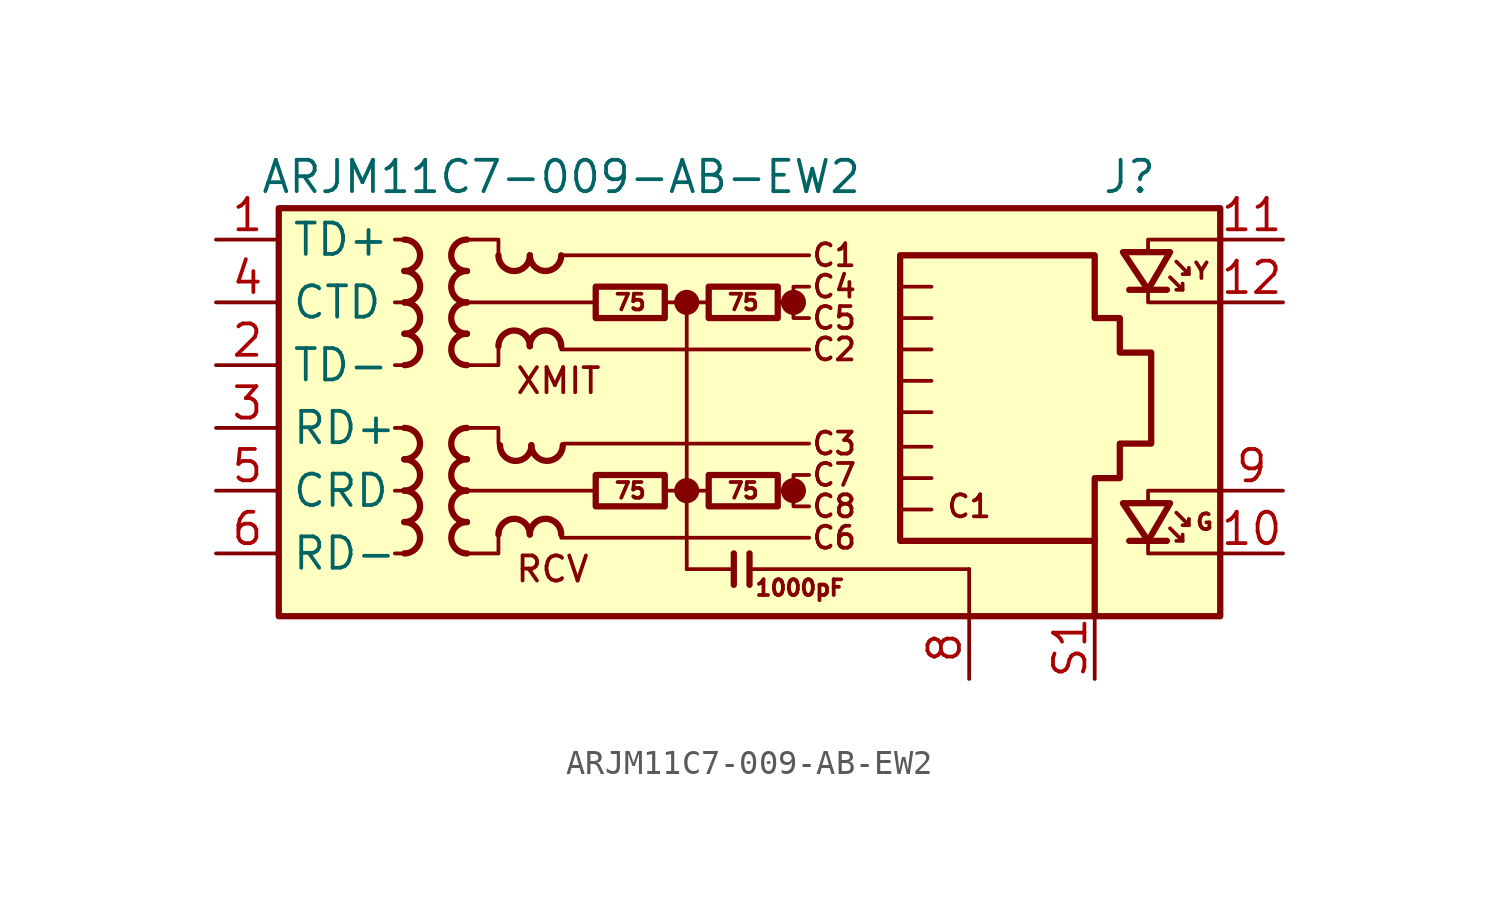
<source format=kicad_sym>
(kicad_symbol_lib
  (version 20241209)
  (generator "kicad_symbol_editor")
  (generator_version "9.0")
  (symbol "ARJM11C7-009-AB-EW2"
    (property "Reference" "J"
      (at 17.78 10.16 0)
      (effects (font (size 1.27 1.27)) (justify right)))
    (property "Value" "ARJM11C7-009-AB-EW2"
      (at -6.35 10.16 0)
      (effects (font (size 1.27 1.27))))
    (symbol "ARJM11C7-009-AB-EW2_0_0"
      (circle (center -1.27 5.08) (radius 0.0001) (stroke (width 0.508) (type default)) (fill (type none)))
      (polyline (pts (xy -1.27 5.08) (xy -1.27 -5.715)) (stroke (width 0) (type default)) (fill (type none)))
      (circle (center -1.27 -2.54) (radius 0.0001) (stroke (width 0.508) (type default)) (fill (type none)))
      (polyline (pts (xy 0.635 -5.08) (xy 0.635 -6.35)) (stroke (width 0.254) (type default)) (fill (type none)))
      (polyline (pts (xy 1.27 -5.08) (xy 1.27 -6.35)) (stroke (width 0.254) (type default)) (fill (type none)))
      (polyline (pts (xy 3.048 5.08) (xy 2.54 5.08)) (stroke (width 0) (type default)) (fill (type none)))
      (circle (center 3.048 5.08) (radius 0.0001) (stroke (width 0.508) (type default)) (fill (type none)))
      (polyline (pts (xy 3.048 -2.54) (xy 2.54 -2.54)) (stroke (width 0) (type default)) (fill (type none)))
      (circle (center 3.048 -2.54) (radius 0.0001) (stroke (width 0.508) (type default)) (fill (type none)))
      (polyline (pts (xy 3.683 5.715) (xy 3.048 5.715) (xy 3.048 4.445) (xy 3.683 4.445)) (stroke (width 0) (type default)) (fill (type none)))
      (polyline (pts (xy 3.683 -1.905) (xy 3.048 -1.905) (xy 3.048 -3.175) (xy 3.683 -3.175)) (stroke (width 0) (type default)) (fill (type none)))
      (polyline (pts (xy 17.399 7.112) (xy 17.399 7.62) (xy 20.32 7.62)) (stroke (width 0) (type default)) (fill (type none)))
      (polyline (pts (xy 17.399 -3.048) (xy 17.399 -2.54) (xy 20.32 -2.54)) (stroke (width 0) (type default)) (fill (type none)))
      (polyline (pts (xy 20.32 5.08) (xy 17.399 5.08) (xy 17.399 5.588)) (stroke (width 0) (type default)) (fill (type none)))
      (polyline (pts (xy 20.32 -5.08) (xy 17.399 -5.08) (xy 17.399 -4.572)) (stroke (width 0) (type default)) (fill (type none)))
      (text "XMIT" (at -8.255 1.905 0) (effects (font (size 1.016 1.016)) (justify left)))
      (text "RCV" (at -8.255 -5.715 0) (effects (font (size 1.016 1.016)) (justify left)))
      (text "C1" (at 4.699 6.985 0) (effects (font (size 0.889 0.889))))
      (text "C4" (at 4.699 5.715 0) (effects (font (size 0.889 0.889))))
      (text "C5" (at 4.699 4.445 0) (effects (font (size 0.889 0.889))))
      (text "C2" (at 4.699 3.175 0) (effects (font (size 0.889 0.889))))
      (text "C3" (at 4.699 -0.635 0) (effects (font (size 0.889 0.889))))
      (text "C7" (at 4.699 -1.905 0) (effects (font (size 0.889 0.889))))
      (text "C8" (at 4.699 -3.175 0) (effects (font (size 0.889 0.889))))
      (text "C6" (at 4.699 -4.445 0) (effects (font (size 0.889 0.889))))
      (text "C1" (at 10.16 -3.175 0) (effects (font (size 0.889 0.889)))))
    (symbol "ARJM11C7-009-AB-EW2_0_1"
      (rectangle (start -17.78 8.89) (end 20.32 -7.62) (stroke (width 0.254) (type default)) (fill (type background)))
      (polyline (pts (xy -12.7 7.62) (xy -13.081 7.62)) (stroke (width 0) (type default)) (fill (type none)))
      (polyline (pts (xy -12.7 5.08) (xy -13.081 5.08)) (stroke (width 0) (type default)) (fill (type none)))
      (polyline (pts (xy -12.7 2.54) (xy -13.081 2.54)) (stroke (width 0) (type default)) (fill (type none)))
      (polyline (pts (xy -12.7 0) (xy -13.081 0)) (stroke (width 0) (type default)) (fill (type none)))
      (polyline (pts (xy -12.7 -2.54) (xy -13.081 -2.54)) (stroke (width 0) (type default)) (fill (type none)))
      (polyline (pts (xy -12.7 -5.08) (xy -13.081 -5.08)) (stroke (width 0) (type default)) (fill (type none)))
      (polyline (pts (xy -10.16 7.62) (xy -8.89 7.62) (xy -8.89 6.985)) (stroke (width 0) (type default)) (fill (type none)))
      (polyline (pts (xy -10.16 0) (xy -8.89 0) (xy -8.89 -0.635)) (stroke (width 0) (type default)) (fill (type none)))
      (polyline (pts (xy -8.89 3.175) (xy -8.89 2.54) (xy -10.16 2.54)) (stroke (width 0) (type default)) (fill (type none)))
      (polyline (pts (xy -8.89 -4.445) (xy -8.89 -5.08) (xy -10.16 -5.08)) (stroke (width 0) (type default)) (fill (type none)))
      (polyline (pts (xy -6.35 6.985) (xy 3.683 6.985)) (stroke (width 0) (type default)) (fill (type none)))
      (polyline (pts (xy -6.35 3.175) (xy 3.683 3.175)) (stroke (width 0) (type default)) (fill (type none)))
      (polyline (pts (xy -6.35 -4.445) (xy 3.683 -4.445)) (stroke (width 0) (type default)) (fill (type none)))
      (polyline (pts (xy -6.223 -0.635) (xy 3.683 -0.635)) (stroke (width 0) (type default)) (fill (type none)))
      (polyline (pts (xy -5.08 -2.54) (xy -10.16 -2.54)) (stroke (width 0) (type default)) (fill (type none)))
      (polyline (pts (xy -4.953 5.08) (xy -10.16 5.08)) (stroke (width 0) (type default)) (fill (type none)))
      (polyline (pts (xy -2.159 5.08) (xy -0.381 5.08)) (stroke (width 0) (type default)) (fill (type none)))
      (polyline (pts (xy -2.159 -2.54) (xy -0.381 -2.54)) (stroke (width 0) (type default)) (fill (type none)))
      (polyline (pts (xy 0.635 -5.715) (xy -1.27 -5.715)) (stroke (width 0) (type default)) (fill (type none)))
      (polyline (pts (xy 7.366 3.175) (xy 8.636 3.175)) (stroke (width 0) (type default)) (fill (type none)))
      (polyline (pts (xy 7.366 1.905) (xy 8.636 1.905)) (stroke (width 0) (type default)) (fill (type none)))
      (polyline (pts (xy 7.366 0.635) (xy 8.636 0.635)) (stroke (width 0) (type default)) (fill (type none)))
      (polyline (pts (xy 7.366 -0.762) (xy 8.636 -0.762)) (stroke (width 0) (type default)) (fill (type none)))
      (polyline (pts (xy 7.366 -2.032) (xy 8.636 -2.032)) (stroke (width 0) (type default)) (fill (type none)))
      (polyline (pts (xy 8.636 5.715) (xy 7.366 5.715)) (stroke (width 0) (type default)) (fill (type none)))
      (polyline (pts (xy 8.636 4.445) (xy 7.366 4.445)) (stroke (width 0) (type default)) (fill (type none)))
      (polyline (pts (xy 8.636 -3.302) (xy 7.366 -3.302)) (stroke (width 0) (type default)) (fill (type none)))
      (polyline (pts (xy 10.16 -5.715) (xy 1.27 -5.715)) (stroke (width 0) (type default)) (fill (type none)))
      (polyline (pts (xy 10.16 -5.715) (xy 10.16 -7.62)) (stroke (width 0) (type default)) (fill (type none))))
    (symbol "ARJM11C7-009-AB-EW2_1_0"
      (text "1000pF" (at 3.302 -6.477 0) (effects (font (size 0.635 0.635)))))
    (symbol "ARJM11C7-009-AB-EW2_1_1"
      (arc (start -12.7 0) (mid -12.0677 -0.635) (end -12.7 -1.27) (stroke (width 0.254) (type default)) (fill (type none)))
      (arc (start -12.6973 7.62) (mid -12.065 6.985) (end -12.6973 6.35) (stroke (width 0.254) (type default)) (fill (type none)))
      (arc (start -12.6973 -1.27) (mid -12.065 -1.905) (end -12.6973 -2.54) (stroke (width 0.254) (type default)) (fill (type none)))
      (arc (start -12.6973 -2.54) (mid -12.065 -3.175) (end -12.6973 -3.81) (stroke (width 0.254) (type default)) (fill (type none)))
      (arc (start -12.6973 -3.81) (mid -12.065 -4.445) (end -12.6973 -5.08) (stroke (width 0.254) (type default)) (fill (type none)))
      (arc (start -12.6946 6.35) (mid -12.0623 5.715) (end -12.6946 5.08) (stroke (width 0.254) (type default)) (fill (type none)))
      (arc (start -12.6946 5.08) (mid -12.0623 4.445) (end -12.6946 3.81) (stroke (width 0.254) (type default)) (fill (type none)))
      (arc (start -12.6946 3.81) (mid -12.0623 3.175) (end -12.6946 2.54) (stroke (width 0.254) (type default)) (fill (type none)))
      (arc (start -10.1654 6.35) (mid -10.7977 6.985) (end -10.1654 7.62) (stroke (width 0.254) (type default)) (fill (type none)))
      (arc (start -10.1654 5.08) (mid -10.7977 5.715) (end -10.1654 6.35) (stroke (width 0.254) (type default)) (fill (type none)))
      (arc (start -10.1654 3.81) (mid -10.7977 4.445) (end -10.1654 5.08) (stroke (width 0.254) (type default)) (fill (type none)))
      (arc (start -10.1654 -1.27) (mid -10.7977 -0.635) (end -10.1654 0) (stroke (width 0.254) (type default)) (fill (type none)))
      (arc (start -10.1654 -2.54) (mid -10.7977 -1.905) (end -10.1654 -1.27) (stroke (width 0.254) (type default)) (fill (type none)))
      (arc (start -10.1654 -3.81) (mid -10.7977 -3.175) (end -10.1654 -2.54) (stroke (width 0.254) (type default)) (fill (type none)))
      (arc (start -10.1627 2.54) (mid -10.795 3.175) (end -10.1627 3.81) (stroke (width 0.254) (type default)) (fill (type none)))
      (arc (start -10.1627 -5.08) (mid -10.795 -4.445) (end -10.1627 -3.81) (stroke (width 0.254) (type default)) (fill (type none)))
      (arc (start -7.62 6.9823) (mid -8.255 6.35) (end -8.89 6.9823) (stroke (width 0.254) (type default)) (fill (type none)))
      (arc (start -8.89 3.3047) (mid -8.255 3.937) (end -7.62 3.3047) (stroke (width 0.254) (type default)) (fill (type none)))
      (arc (start -8.89 -4.3153) (mid -8.255 -3.683) (end -7.62 -4.3153) (stroke (width 0.254) (type default)) (fill (type none)))
      (arc (start -7.5565 -0.7012) (mid -8.1915 -1.3335) (end -8.8265 -0.7012) (stroke (width 0.254) (type default)) (fill (type none)))
      (arc (start -6.35 6.985) (mid -6.985 6.3527) (end -7.62 6.985) (stroke (width 0.254) (type default)) (fill (type none)))
      (arc (start -7.62 3.3074) (mid -6.985 3.9397) (end -6.35 3.3074) (stroke (width 0.254) (type default)) (fill (type none)))
      (arc (start -7.62 -4.3126) (mid -6.985 -3.6803) (end -6.35 -4.3126) (stroke (width 0.254) (type default)) (fill (type none)))
      (arc (start -6.2865 -0.6985) (mid -6.9215 -1.3308) (end -7.5565 -0.6985) (stroke (width 0.254) (type default)) (fill (type none)))
      (rectangle (start -4.953 5.715) (end -2.159 4.445) (stroke (width 0.254) (type default)) (fill (type none)))
      (rectangle (start -4.953 -1.905) (end -2.159 -3.175) (stroke (width 0.254) (type default)) (fill (type none)))
      (rectangle (start -0.381 5.715) (end 2.413 4.445) (stroke (width 0.254) (type default)) (fill (type none)))
      (rectangle (start -0.381 -1.905) (end 2.413 -3.175) (stroke (width 0.254) (type default)) (fill (type none)))
      (polyline (pts (xy 7.366 -4.572) (xy 7.366 6.985) (xy 15.24 6.985) (xy 15.24 4.445) (xy 16.256 4.445) (xy 16.256 3.048) (xy 17.526 3.048) (xy 17.526 -0.635) (xy 16.256 -0.635) (xy 16.256 -2.032) (xy 15.24 -2.032) (xy 15.24 -4.572) (xy 7.366 -4.572)) (stroke (width 0.254) (type default)) (fill (type none)))
      (polyline (pts (xy 15.24 -7.62) (xy 15.24 -4.572)) (stroke (width 0.254) (type default)) (fill (type none)))
      (polyline (pts (xy 18.161 5.588) (xy 16.637 5.588)) (stroke (width 0.254) (type default)) (fill (type none)))
      (polyline (pts (xy 18.161 -4.572) (xy 16.637 -4.572)) (stroke (width 0.254) (type default)) (fill (type none)))
      (polyline (pts (xy 18.288 7.112) (xy 16.383 7.112) (xy 17.399 5.588) (xy 18.288 7.112)) (stroke (width 0.254) (type default)) (fill (type none)))
      (polyline (pts (xy 18.288 6.096) (xy 18.796 5.588) (xy 18.542 5.588)) (stroke (width 0) (type default)) (fill (type none)))
      (polyline (pts (xy 18.288 -3.048) (xy 16.383 -3.048) (xy 17.399 -4.572) (xy 18.288 -3.048)) (stroke (width 0.254) (type default)) (fill (type none)))
      (polyline (pts (xy 18.288 -4.064) (xy 18.796 -4.572) (xy 18.542 -4.572)) (stroke (width 0) (type default)) (fill (type none)))
      (polyline (pts (xy 18.542 6.731) (xy 19.05 6.223) (xy 18.796 6.223)) (stroke (width 0) (type default)) (fill (type none)))
      (polyline (pts (xy 18.542 -3.429) (xy 19.05 -3.937) (xy 18.796 -3.937)) (stroke (width 0) (type default)) (fill (type none)))
      (polyline (pts (xy 18.796 5.588) (xy 18.796 5.842)) (stroke (width 0) (type default)) (fill (type none)))
      (polyline (pts (xy 18.796 -4.572) (xy 18.796 -4.318)) (stroke (width 0) (type default)) (fill (type none)))
      (polyline (pts (xy 19.05 6.223) (xy 19.05 6.477)) (stroke (width 0) (type default)) (fill (type none)))
      (polyline (pts (xy 19.05 -3.937) (xy 19.05 -3.683)) (stroke (width 0) (type default)) (fill (type none)))
      (text "75" (at -3.556 5.08 0) (effects (font (size 0.635 0.635))))
      (text "75" (at -3.556 -2.54 0) (effects (font (size 0.635 0.635))))
      (text "75" (at 1.016 5.08 0) (effects (font (size 0.635 0.635))))
      (text "75" (at 1.016 -2.54 0) (effects (font (size 0.635 0.635))))
      (text "Y" (at 19.558 6.35 0) (effects (font (size 0.635 0.635))))
      (text "G" (at 19.685 -3.81 0) (effects (font (size 0.635 0.635))))
      (pin passive line (at -20.32 7.62 0) (length 2.54) (name "TD+" (effects (font (size 1.27 1.27)))) (number "1" (effects (font (size 1.27 1.27)))))
      (pin passive line (at -20.32 5.08 0) (length 2.54) (name "CTD" (effects (font (size 1.27 1.27)))) (number "4" (effects (font (size 1.27 1.27)))))
      (pin passive line (at -20.32 2.54 0) (length 2.54) (name "TD-" (effects (font (size 1.27 1.27)))) (number "2" (effects (font (size 1.27 1.27)))))
      (pin passive line (at -20.32 0 0) (length 2.54) (name "RD+" (effects (font (size 1.27 1.27)))) (number "3" (effects (font (size 1.27 1.27)))))
      (pin passive line (at -20.32 -2.54 0) (length 2.54) (name "CRD" (effects (font (size 1.27 1.27)))) (number "5" (effects (font (size 1.27 1.27)))))
      (pin passive line (at -20.32 -5.08 0) (length 2.54) (name "RD-" (effects (font (size 1.27 1.27)))) (number "6" (effects (font (size 1.27 1.27)))))
      (pin power_in line (at 10.16 -10.16 90) (length 2.54) (name "" (effects (font (size 1.27 1.27)))) (number "8" (effects (font (size 1.27 1.27)))))
      (pin passive line (at 15.24 -10.16 90) (length 2.54) (name "" (effects (font (size 1.27 1.27)))) (number "S1" (effects (font (size 1.27 1.27)))))
      (pin passive line (at 15.24 -10.16 90) (length 2.54) (hide yes) (name "" (effects (font (size 1.27 1.27)))) (number "S2" (effects (font (size 1.27 1.27)))))
      (pin no_connect line (at 20.32 0 0) (length 0) (hide yes) (name "NC" (effects (font (size 1.27 1.27)))) (number "7" (effects (font (size 1.27 1.27)))))
      (pin passive line (at 22.86 7.62 180) (length 2.54) (name "" (effects (font (size 1.27 1.27)))) (number "11" (effects (font (size 1.27 1.27)))))
      (pin passive line (at 22.86 5.08 180) (length 2.54) (name "" (effects (font (size 1.27 1.27)))) (number "12" (effects (font (size 1.27 1.27)))))
      (pin passive line (at 22.86 -2.54 180) (length 2.54) (name "" (effects (font (size 1.27 1.27)))) (number "9" (effects (font (size 1.27 1.27)))))
      (pin passive line (at 22.86 -5.08 180) (length 2.54) (name "" (effects (font (size 1.27 1.27)))) (number "10" (effects (font (size 1.27 1.27))))))))
</source>
